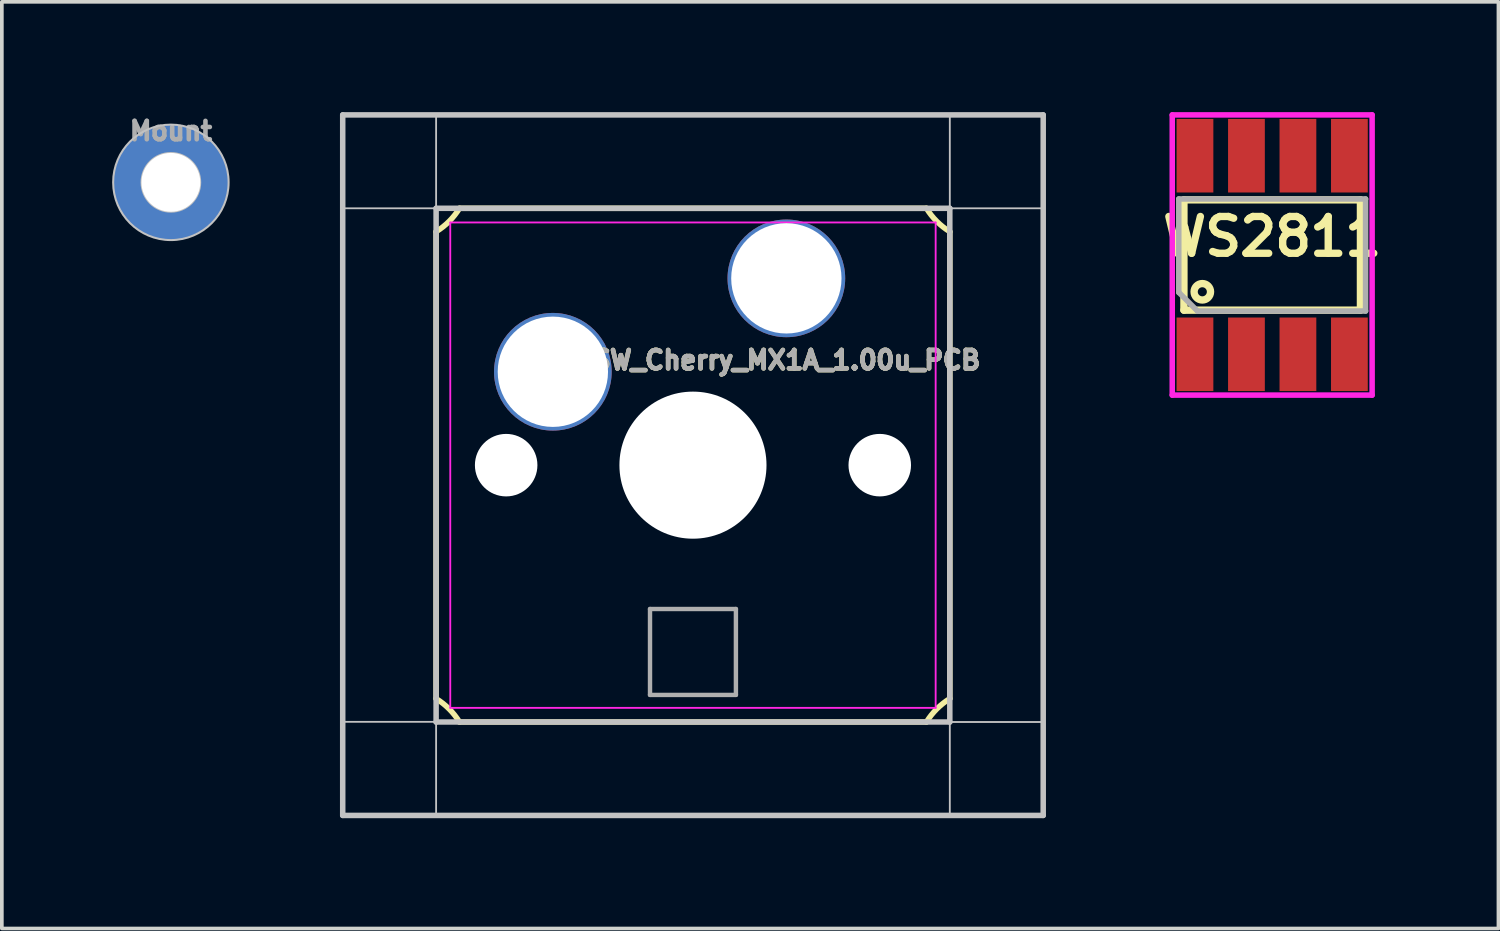
<source format=kicad_pcb>
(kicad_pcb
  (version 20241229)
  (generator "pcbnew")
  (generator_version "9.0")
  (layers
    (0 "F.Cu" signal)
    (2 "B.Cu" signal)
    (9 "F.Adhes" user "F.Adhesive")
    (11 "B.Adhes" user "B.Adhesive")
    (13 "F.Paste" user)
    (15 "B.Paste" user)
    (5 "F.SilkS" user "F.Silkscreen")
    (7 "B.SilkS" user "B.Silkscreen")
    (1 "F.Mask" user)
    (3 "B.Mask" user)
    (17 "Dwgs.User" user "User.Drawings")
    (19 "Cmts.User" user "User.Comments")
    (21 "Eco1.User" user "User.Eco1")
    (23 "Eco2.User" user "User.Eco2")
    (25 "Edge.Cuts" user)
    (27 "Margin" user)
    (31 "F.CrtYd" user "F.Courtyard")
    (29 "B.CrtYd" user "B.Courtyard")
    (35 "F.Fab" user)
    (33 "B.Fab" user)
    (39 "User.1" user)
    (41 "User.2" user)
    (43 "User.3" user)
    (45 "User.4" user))
  (footprint "WS2811"
    (layer "F.Cu")
    (at 31.547 3.885)
    (property "Reference" "WS2811" (at 0 -0.5 0) (layer "F.SilkS") (effects (font (size 1 1) (thickness 0.2))))
    (attr through_hole)
    (fp_line (start -2.4 -1.5) (end -2.4 1.5) (stroke (width 0.2) (type solid)) (layer "F.SilkS"))
    (fp_line (start -2.4 -1.5) (end 2.4 -1.5) (stroke (width 0.2) (type solid)) (layer "F.SilkS"))
    (fp_line (start -2.4 1.5) (end 2.4 1.5) (stroke (width 0.2) (type solid)) (layer "F.SilkS"))
    (fp_line (start 2.4 -1.5) (end 2.4 1.5) (stroke (width 0.2) (type solid)) (layer "F.SilkS"))
    (fp_circle (center -1.9 1) (end -1.8 1.2) (stroke (width 0.2) (type solid)) (fill no) (layer "F.SilkS"))
    (fp_line (start -2.718 -3.81) (end 2.718 -3.81) (stroke (width 0.15) (type solid)) (layer "F.CrtYd"))
    (fp_line (start -2.718 3.81) (end -2.718 -3.81) (stroke (width 0.15) (type solid)) (layer "F.CrtYd"))
    (fp_line (start 2.718 -3.81) (end 2.718 3.81) (stroke (width 0.15) (type solid)) (layer "F.CrtYd"))
    (fp_line (start 2.718 3.81) (end -2.718 3.81) (stroke (width 0.15) (type solid)) (layer "F.CrtYd"))
    (fp_line (start -2.54 -1.524) (end 2.54 -1.524) (stroke (width 0.15) (type solid)) (layer "F.Fab"))
    (fp_line (start -2.54 1.016) (end -2.54 -1.524) (stroke (width 0.15) (type solid)) (layer "F.Fab"))
    (fp_line (start -2.54 1.016) (end -2.032 1.524) (stroke (width 0.15) (type solid)) (layer "F.Fab"))
    (fp_line (start 2.54 -1.524) (end 2.54 1.524) (stroke (width 0.15) (type solid)) (layer "F.Fab"))
    (fp_line (start 2.54 1.524) (end -2.032 1.524) (stroke (width 0.15) (type solid)) (layer "F.Fab"))
    (pad "1" smd rect (at -2.1 2.7) (size 1 2) (layers "F.Cu" "F.Mask" "F.Paste"))
    (pad "2" smd rect (at -0.7 2.7) (size 1 2) (layers "F.Cu" "F.Mask" "F.Paste"))
    (pad "3" smd rect (at 0.7 2.7) (size 1 2) (layers "F.Cu" "F.Mask" "F.Paste"))
    (pad "4" smd rect (at 2.1 2.7) (size 1 2) (layers "F.Cu" "F.Mask" "F.Paste"))
    (pad "5" smd rect (at 2.1 -2.7) (size 1 2) (layers "F.Cu" "F.Mask" "F.Paste"))
    (pad "6" smd rect (at 0.7 -2.7) (size 1 2) (layers "F.Cu" "F.Mask" "F.Paste"))
    (pad "7" smd rect (at -0.7 -2.7) (size 1 2) (layers "F.Cu" "F.Mask" "F.Paste"))
    (pad "8" smd rect (at -2.1 -2.7) (size 1 2) (layers "F.Cu" "F.Mask" "F.Paste")))
  (footprint "SW_Cherry_MX1A_1.00u_PCB"
    (layer "F.Cu")
    (at 18.335 4.52)
    (property "Reference" "SW_Cherry_MX1A_1.00u_PCB" (at 0 2.223 0) (layer "F.SilkS") (effects (font (size 0.5 0.5) (thickness 0.125))))
    (attr through_hole)
    (fp_line (start -9.525 11.43) (end -9.525 -1.27) (stroke (width 0.15) (type solid)) (layer "F.SilkS"))
    (fp_line (start -8.89 -1.905) (end 3.81 -1.905) (stroke (width 0.15) (type solid)) (layer "F.SilkS"))
    (fp_line (start 3.81 12.065) (end -8.89 12.065) (stroke (width 0.15) (type solid)) (layer "F.SilkS"))
    (fp_line (start 4.445 -1.27) (end 4.445 11.43) (stroke (width 0.15) (type solid)) (layer "F.SilkS"))
    (fp_arc (start -9.525 11.43) (mid -9.170223 11.710223) (end -8.89 12.065) (stroke (width 0.15) (type solid)) (layer "F.SilkS"))
    (fp_arc (start -8.89 -1.905) (mid -9.170223 -1.550223) (end -9.525 -1.27) (stroke (width 0.15) (type solid)) (layer "F.SilkS"))
    (fp_arc (start 3.81 12.065) (mid 4.090223 11.710223) (end 4.445 11.43) (stroke (width 0.15) (type solid)) (layer "F.SilkS"))
    (fp_arc (start 4.445 -1.27) (mid 4.090223 -1.550223) (end 3.81 -1.905) (stroke (width 0.15) (type solid)) (layer "F.SilkS"))
    (fp_line (start -12.065 -4.445) (end 6.985 -4.445) (stroke (width 0.15) (type solid)) (layer "Dwgs.User"))
    (fp_line (start -12.065 14.605) (end -12.065 -4.445) (stroke (width 0.15) (type solid)) (layer "Dwgs.User"))
    (fp_line (start -9.525 -1.905) (end -12.065 -1.905) (stroke (width 0.05) (type solid)) (layer "Dwgs.User"))
    (fp_line (start -9.525 -1.905) (end -9.525 12.065) (stroke (width 0.15) (type solid)) (layer "Dwgs.User"))
    (fp_line (start -9.525 -1.905) (end 4.445 -1.905) (stroke (width 0.15) (type solid)) (layer "Dwgs.User"))
    (fp_line (start -9.525 12.06) (end -12.065 12.06) (stroke (width 0.05) (type solid)) (layer "Dwgs.User"))
    (fp_line (start -9.525 12.06) (end -9.525 14.6) (stroke (width 0.05) (type solid)) (layer "Dwgs.User"))
    (fp_line (start -9.525 -1.905) (end -9.525 -4.445) (stroke (width 0.05) (type solid)) (layer "Dwgs.User"))
    (fp_line (start 4.445 -1.905) (end 4.445 -4.445) (stroke (width 0.05) (type solid)) (layer "Dwgs.User"))
    (fp_line (start 4.445 -1.905) (end 6.985 -1.905) (stroke (width 0.05) (type solid)) (layer "Dwgs.User"))
    (fp_line (start 4.445 12.065) (end -9.525 12.065) (stroke (width 0.15) (type solid)) (layer "Dwgs.User"))
    (fp_line (start 4.445 12.065) (end 4.445 -1.905) (stroke (width 0.15) (type solid)) (layer "Dwgs.User"))
    (fp_line (start 4.445 12.065) (end 4.445 14.605) (stroke (width 0.05) (type solid)) (layer "Dwgs.User"))
    (fp_line (start 4.445 12.065) (end 6.985 12.065) (stroke (width 0.05) (type solid)) (layer "Dwgs.User"))
    (fp_line (start 6.985 -4.445) (end 6.985 14.605) (stroke (width 0.15) (type solid)) (layer "Dwgs.User"))
    (fp_line (start 6.985 14.605) (end -12.065 14.605) (stroke (width 0.15) (type solid)) (layer "Dwgs.User"))
    (fp_line (start -9.14 -1.52) (end 4.06 -1.52) (stroke (width 0.05) (type solid)) (layer "F.CrtYd"))
    (fp_line (start -9.14 11.68) (end -9.14 -1.52) (stroke (width 0.05) (type solid)) (layer "F.CrtYd"))
    (fp_line (start 4.06 -1.52) (end 4.06 11.68) (stroke (width 0.05) (type solid)) (layer "F.CrtYd"))
    (fp_line (start 4.06 11.68) (end -9.14 11.68) (stroke (width 0.05) (type solid)) (layer "F.CrtYd"))
    (fp_line (start -3.708 8.992) (end -3.708 11.328) (stroke (width 0.12) (type solid)) (layer "F.Fab"))
    (fp_line (start -3.708 8.992) (end -1.372 8.992) (stroke (width 0.12) (type solid)) (layer "F.Fab"))
    (fp_line (start -3.708 11.328) (end -1.372 11.328) (stroke (width 0.12) (type solid)) (layer "F.Fab"))
    (fp_line (start -1.372 8.992) (end -1.372 11.328) (stroke (width 0.12) (type solid)) (layer "F.Fab"))
    (fp_text user "${REFERENCE}" (at 0 2.223 0) (layer "F.Fab") (effects (font (size 0.5 0.5) (thickness 0.125))))
    (pad "" np_thru_hole circle (at -7.62 5.08) (size 1.7 1.7) (drill 1.7) (layers "*.Cu" "*.Mask"))
    (pad "" np_thru_hole circle (at -2.54 5.08) (size 4 4) (drill 4) (layers "*.Cu" "*.Mask"))
    (pad "" np_thru_hole circle (at 2.54 5.08) (size 1.7 1.7) (drill 1.7) (layers "*.Cu" "*.Mask"))
    (pad "1" thru_hole circle (at 0 0) (size 3.2 3.2) (drill 3) (layers "*.Cu" "*.Mask"))
    (pad "2" thru_hole circle (at -6.35 2.54) (size 3.2 3.2) (drill 3) (layers "*.Cu" "*.Mask")))
  (footprint "Mount"
    (layer "F.Cu")
    (at 1.597 1.909)
    (property "Reference" "Mount" (at 0 -1.397 0) (layer "F.Fab") (effects (font (size 0.5 0.5) (thickness 0.125))))
    (attr through_hole)
    (fp_circle (center 0 0) (end 0.8 0) (stroke (width 0.05) (type solid)) (fill no) (layer "Dwgs.User"))
    (fp_circle (center 0 0) (end 1.57 0) (stroke (width 0.055) (type solid)) (fill no) (layer "Dwgs.User"))
    (pad "" np_thru_hole circle (at 0 0) (size 3.14 3.14) (drill 1.6) (layers "*.Cu" "*.Mask")))
  (gr_rect
    (start -3 -3)
    (end 37.7 22.2)
    (stroke (width 0.1) (type default))
    (fill no)
    (layer "Edge.Cuts")))
</source>
